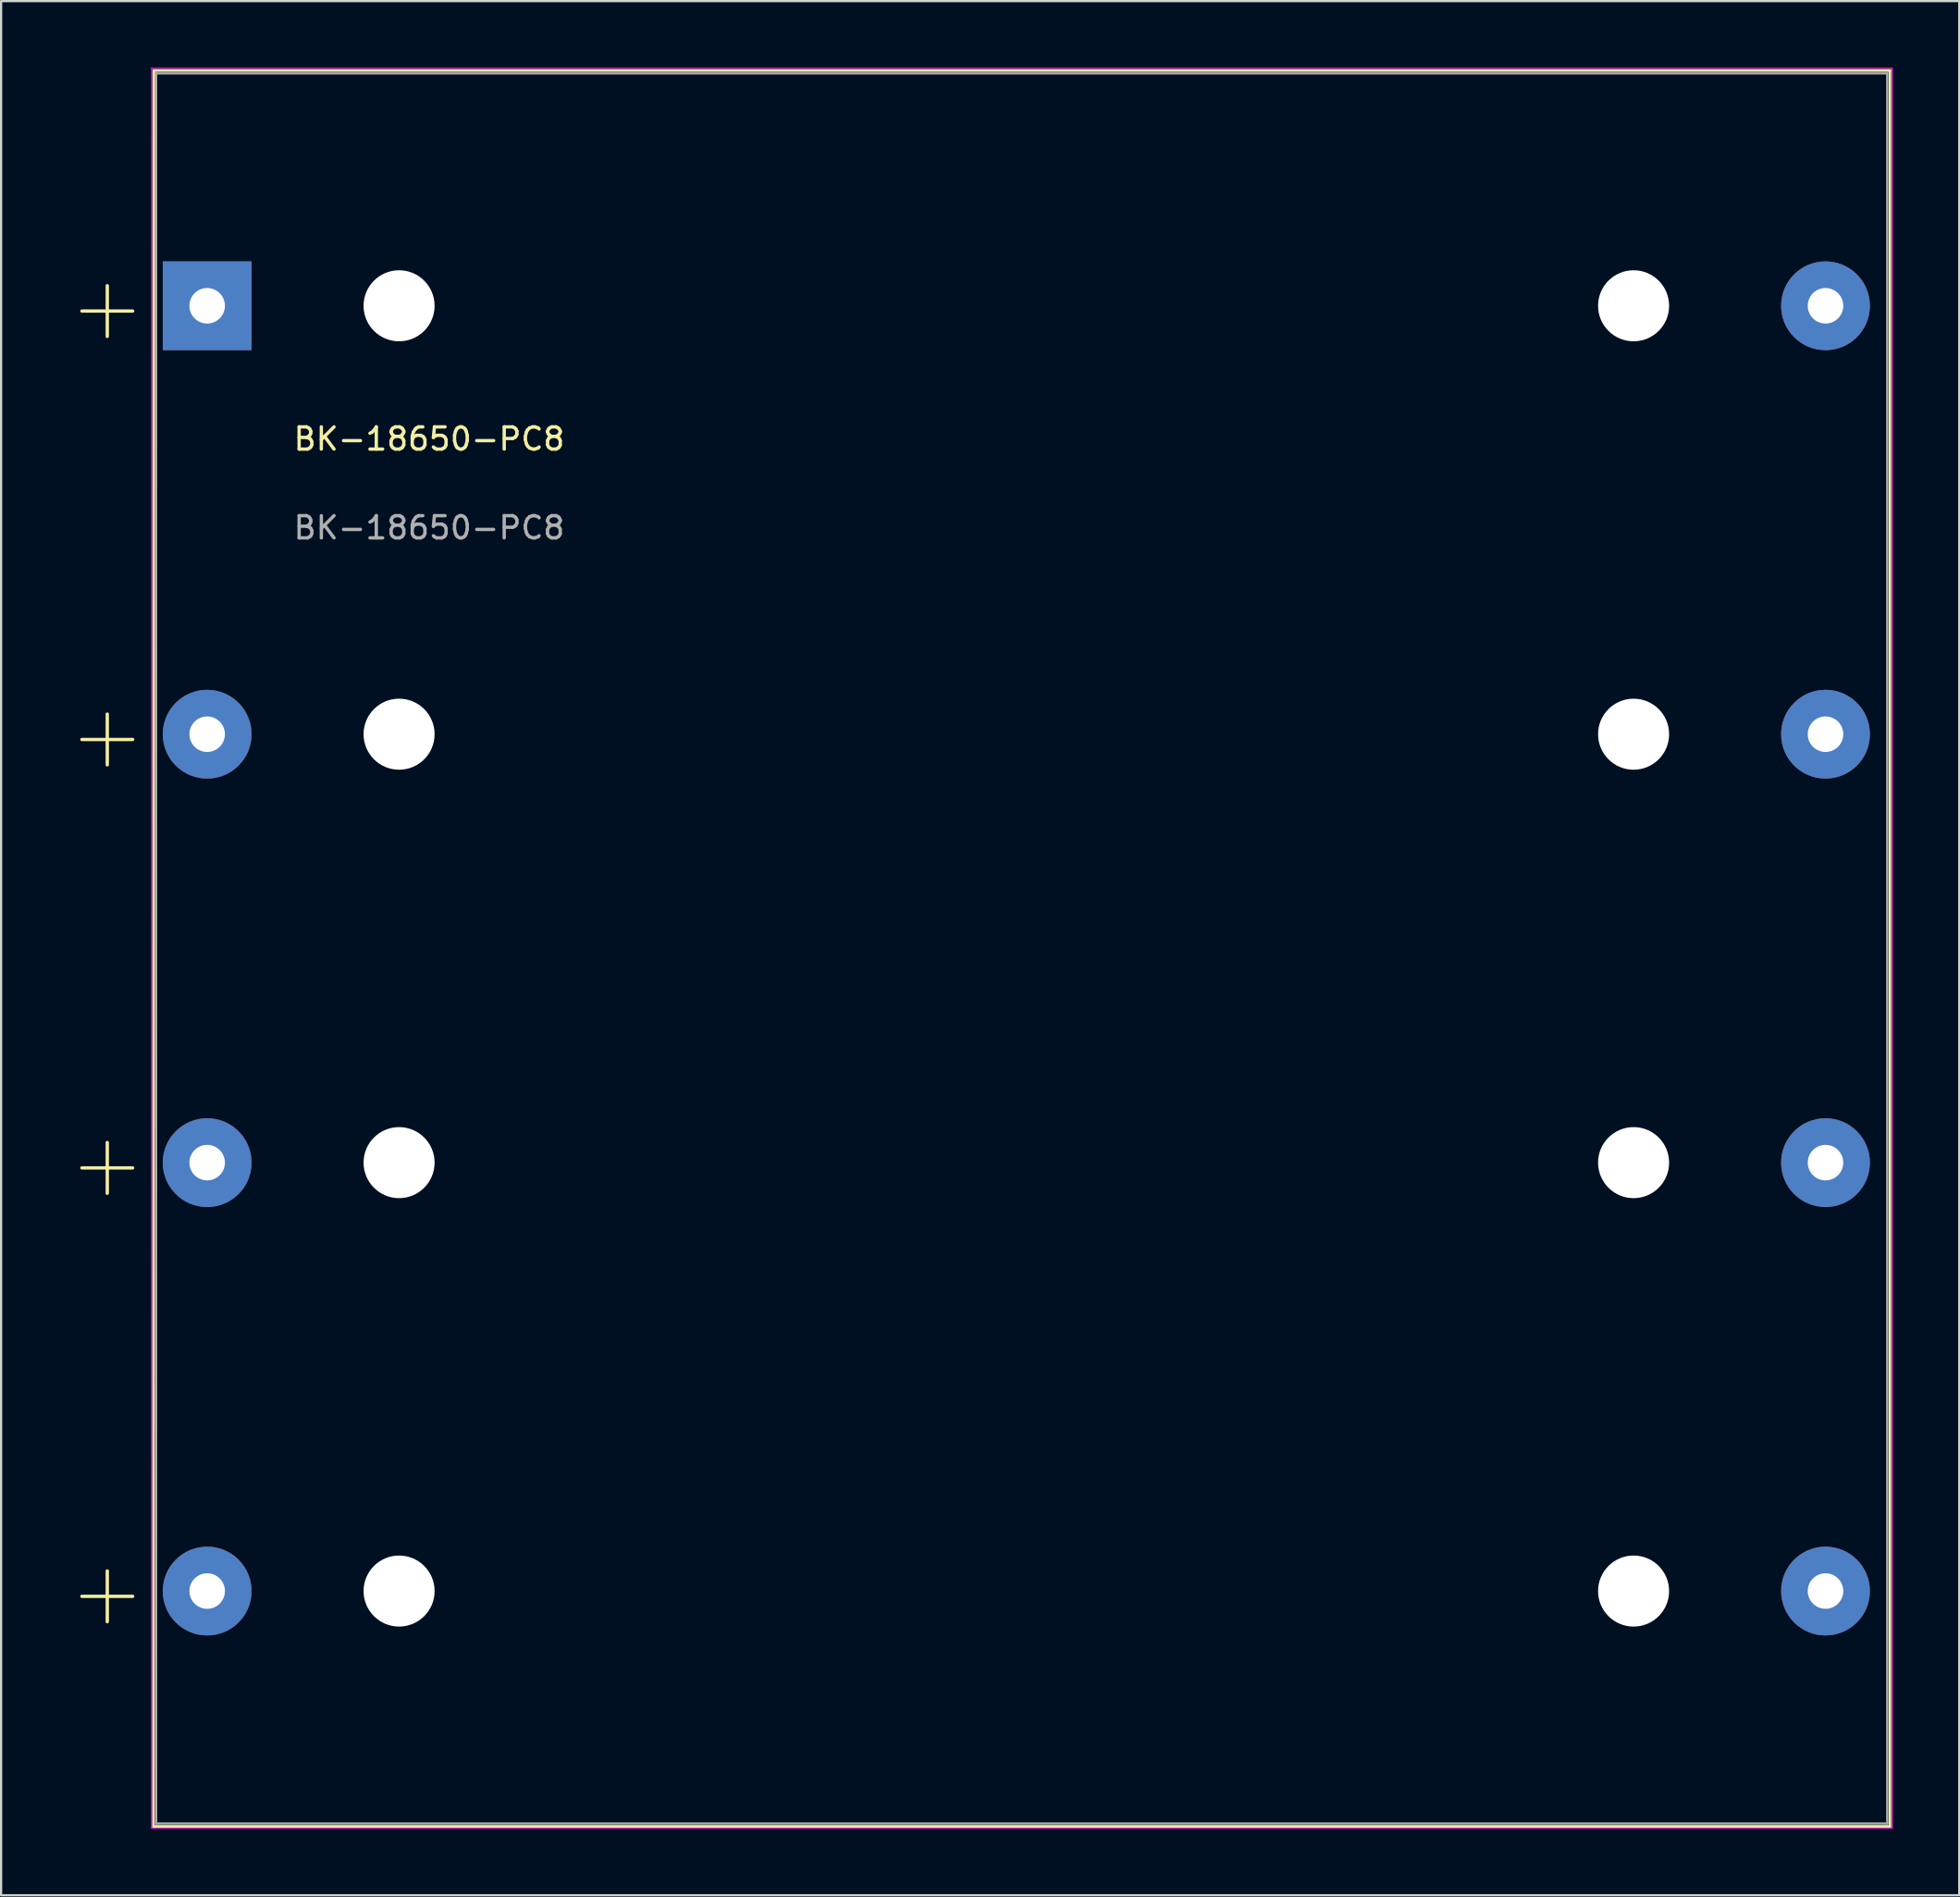
<source format=kicad_pcb>
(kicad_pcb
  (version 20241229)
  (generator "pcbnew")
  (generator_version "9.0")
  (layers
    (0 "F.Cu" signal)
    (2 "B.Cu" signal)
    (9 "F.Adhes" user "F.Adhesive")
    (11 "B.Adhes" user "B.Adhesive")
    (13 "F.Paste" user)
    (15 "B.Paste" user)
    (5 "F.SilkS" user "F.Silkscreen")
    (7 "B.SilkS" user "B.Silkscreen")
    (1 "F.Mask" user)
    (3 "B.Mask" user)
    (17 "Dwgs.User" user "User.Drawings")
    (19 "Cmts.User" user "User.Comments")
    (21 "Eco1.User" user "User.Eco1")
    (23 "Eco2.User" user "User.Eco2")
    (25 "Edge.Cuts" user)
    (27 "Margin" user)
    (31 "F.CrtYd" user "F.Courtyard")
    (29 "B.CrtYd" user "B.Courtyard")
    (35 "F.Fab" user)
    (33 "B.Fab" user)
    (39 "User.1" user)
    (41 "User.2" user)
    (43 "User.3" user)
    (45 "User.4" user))
  (footprint "BK-18650-PC8"
    (layer "F.Cu")
    (at 6.282 10.725)
    (property "Reference" "BK-18650-PC8" (at 10 6 0) (unlocked yes) (layer "F.SilkS") (effects (font (size 1 1) (thickness 0.15))))
    (attr through_hole)
    (fp_line (start -2.42 68.5) (end 75.8 68.5) (stroke (width 0.12) (type solid)) (layer "F.SilkS"))
    (fp_line (start -2.4 -10.6) (end -2.42 68.5) (stroke (width 0.12) (type solid)) (layer "F.SilkS"))
    (fp_line (start -2.4 -10.6) (end 75.8 -10.6) (stroke (width 0.12) (type solid)) (layer "F.SilkS"))
    (fp_line (start 75.8 -10.6) (end 75.8 68.5) (stroke (width 0.12) (type solid)) (layer "F.SilkS"))
    (fp_line (start -2.5 -10.7) (end -2.5 68.58) (stroke (width 0.05) (type solid)) (layer "F.CrtYd"))
    (fp_line (start -2.5 -10.7) (end 75.9 -10.7) (stroke (width 0.05) (type solid)) (layer "F.CrtYd"))
    (fp_line (start -2.5 68.58) (end 75.9 68.58) (stroke (width 0.05) (type solid)) (layer "F.CrtYd"))
    (fp_line (start 75.9 -10.7) (end 75.9 68.58) (stroke (width 0.05) (type solid)) (layer "F.CrtYd"))
    (fp_line (start -2.3 -10.47) (end 75.68 -10.47) (stroke (width 0.1) (type solid)) (layer "F.Fab"))
    (fp_line (start -2.3 68.37) (end -2.3 -10.47) (stroke (width 0.1) (type solid)) (layer "F.Fab"))
    (fp_line (start -2.3 68.37) (end 75.68 68.37) (stroke (width 0.1) (type solid)) (layer "F.Fab"))
    (fp_line (start 75.68 68.37) (end 75.68 -10.47) (stroke (width 0.1) (type solid)) (layer "F.Fab"))
    (fp_text user "+" (at -4.5 0 0) (layer "F.SilkS") (effects (font (size 3 3) (thickness 0.15))))
    (fp_text user "+" (at -4.5 38.6 0) (layer "F.SilkS") (effects (font (size 3 3) (thickness 0.15))))
    (fp_text user "+" (at -4.5 57.9 0) (layer "F.SilkS") (effects (font (size 3 3) (thickness 0.15))))
    (fp_text user "+" (at -4.5 19.3 0) (layer "F.SilkS") (effects (font (size 3 3) (thickness 0.15))))
    (fp_text user "${REFERENCE}" (at 10 10 0) (unlocked yes) (layer "F.Fab") (effects (font (size 1 1) (thickness 0.15))))
    (pad "" np_thru_hole circle (at 8.645 0) (size 3.2 3.2) (drill 3.2) (layers "*.Cu" "*.Mask"))
    (pad "" np_thru_hole circle (at 8.645 19.3) (size 3.2 3.2) (drill 3.2) (layers "*.Cu" "*.Mask"))
    (pad "" np_thru_hole circle (at 8.645 38.6) (size 3.2 3.2) (drill 3.2) (layers "*.Cu" "*.Mask"))
    (pad "" np_thru_hole circle (at 8.645 57.9) (size 3.2 3.2) (drill 3.2) (layers "*.Cu" "*.Mask"))
    (pad "" np_thru_hole circle (at 64.255 0) (size 3.2 3.2) (drill 3.2) (layers "*.Cu" "*.Mask"))
    (pad "" np_thru_hole circle (at 64.255 19.3) (size 3.2 3.2) (drill 3.2) (layers "*.Cu" "*.Mask"))
    (pad "" np_thru_hole circle (at 64.255 38.6) (size 3.2 3.2) (drill 3.2) (layers "*.Cu" "*.Mask"))
    (pad "" np_thru_hole circle (at 64.255 57.9) (size 3.2 3.2) (drill 3.2) (layers "*.Cu" "*.Mask"))
    (pad "1" thru_hole rect (at 0 0) (size 4 4) (drill 1.6) (layers "*.Cu" "*.Mask"))
    (pad "2" thru_hole circle (at 72.9 0) (size 4 4) (drill 1.6) (layers "*.Cu" "*.Mask"))
    (pad "3" thru_hole circle (at 0 19.3) (size 4 4) (drill 1.6) (layers "*.Cu" "*.Mask"))
    (pad "4" thru_hole circle (at 72.9 19.3) (size 4 4) (drill 1.6) (layers "*.Cu" "*.Mask"))
    (pad "5" thru_hole circle (at 0 38.6) (size 4 4) (drill 1.6) (layers "*.Cu" "*.Mask"))
    (pad "6" thru_hole circle (at 72.9 38.6) (size 4 4) (drill 1.6) (layers "*.Cu" "*.Mask"))
    (pad "7" thru_hole circle (at 0 57.9) (size 4 4) (drill 1.6) (layers "*.Cu" "*.Mask"))
    (pad "8" thru_hole circle (at 72.9 57.9) (size 4 4) (drill 1.6) (layers "*.Cu" "*.Mask")))
  (gr_rect
    (start -3 -3)
    (end 85.207 82.33)
    (stroke (width 0.1) (type default))
    (fill no)
    (layer "Edge.Cuts")))
</source>
